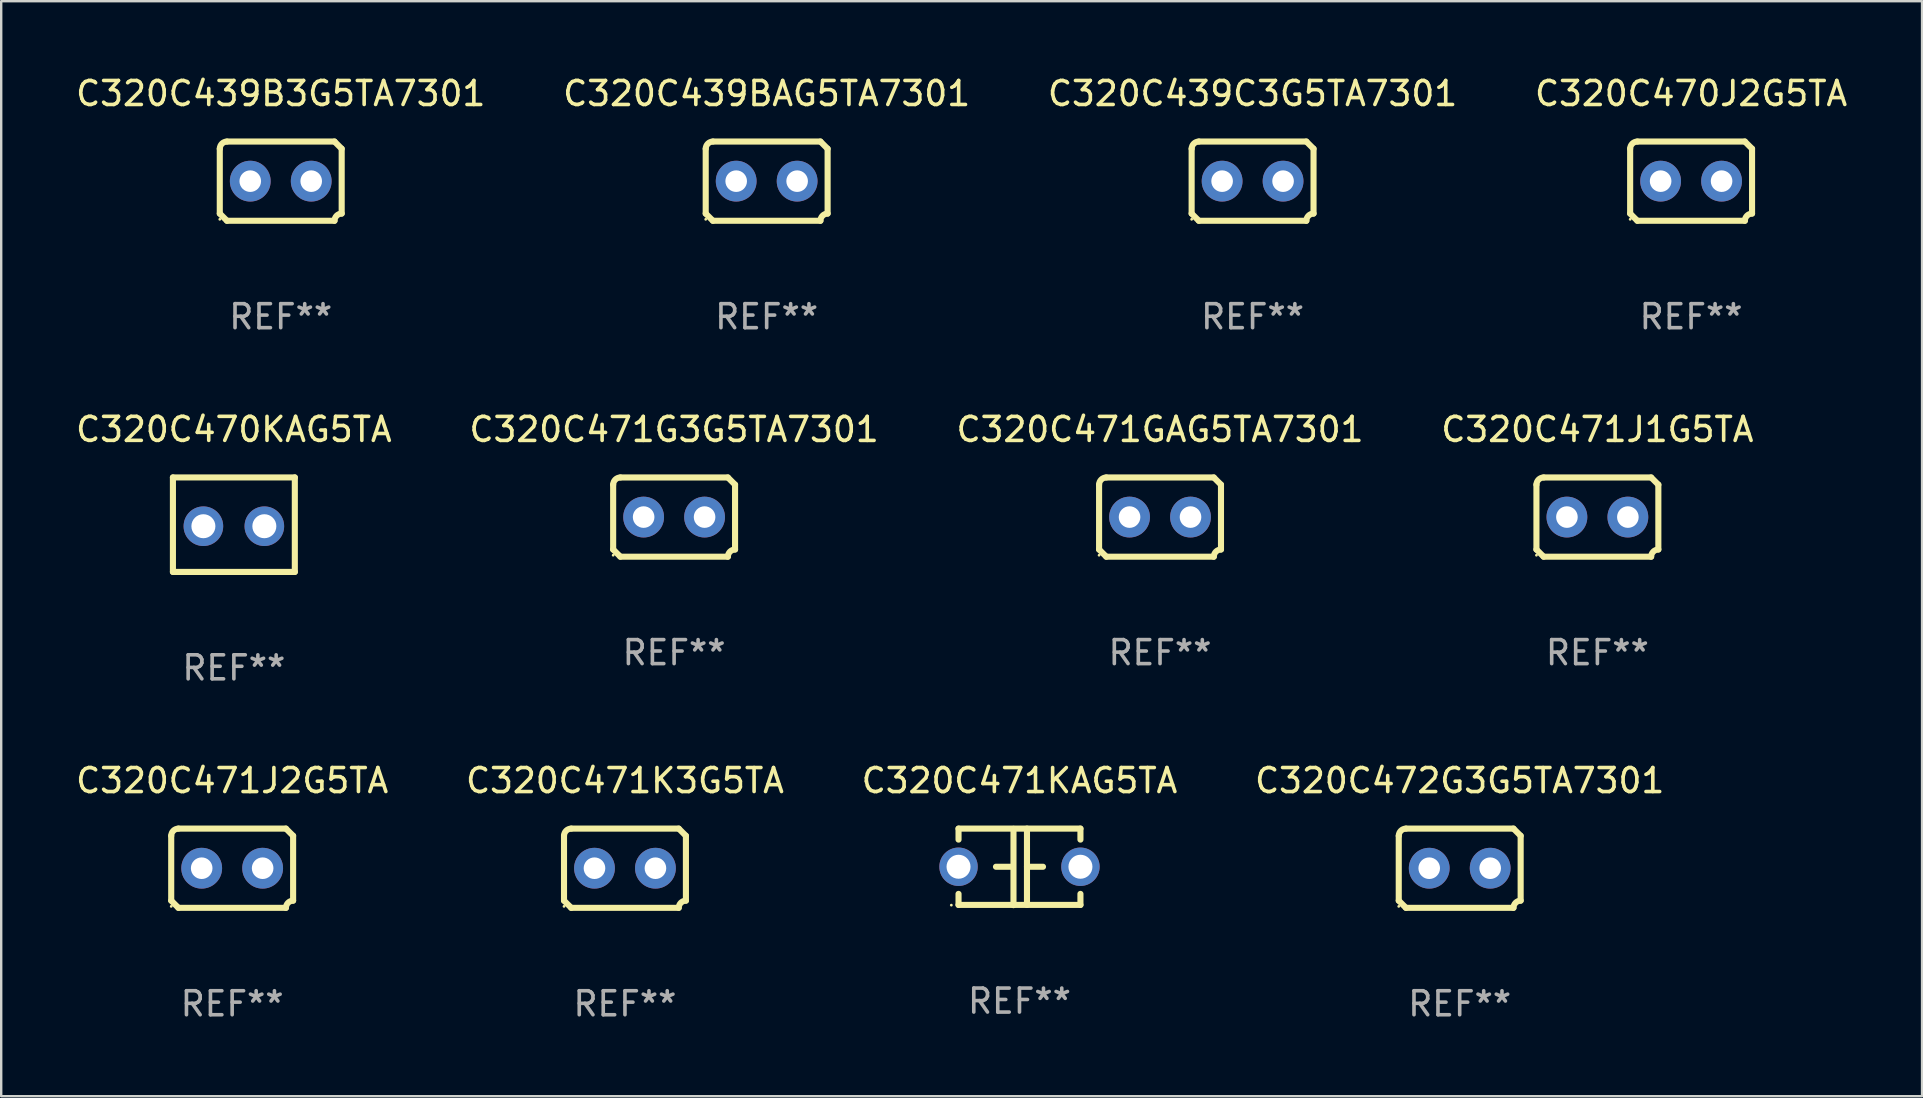
<source format=kicad_pcb>
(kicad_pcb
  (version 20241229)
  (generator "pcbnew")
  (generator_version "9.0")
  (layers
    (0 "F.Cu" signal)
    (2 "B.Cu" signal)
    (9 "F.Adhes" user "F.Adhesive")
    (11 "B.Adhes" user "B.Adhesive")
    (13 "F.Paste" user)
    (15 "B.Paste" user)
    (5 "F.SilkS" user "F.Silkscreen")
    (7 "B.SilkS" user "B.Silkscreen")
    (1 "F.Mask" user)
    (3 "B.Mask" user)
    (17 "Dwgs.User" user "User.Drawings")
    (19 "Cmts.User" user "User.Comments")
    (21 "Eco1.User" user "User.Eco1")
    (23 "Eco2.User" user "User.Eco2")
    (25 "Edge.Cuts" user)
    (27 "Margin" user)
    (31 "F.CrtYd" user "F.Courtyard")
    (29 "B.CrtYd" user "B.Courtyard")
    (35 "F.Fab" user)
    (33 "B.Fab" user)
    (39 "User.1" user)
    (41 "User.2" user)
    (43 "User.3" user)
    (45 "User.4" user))
  (footprint "C320C472G3G5TA7301"
    (layer "F.Cu")
    (at 57.78 33.131)
    (property "Reference" "C320C472G3G5TA7301" (at 0 -3.651 0) (layer "F.SilkS") (effects (font (size 1 1) (thickness 0.15))))
    (attr through_hole)
    (fp_line (start -2.54 -1.351) (end -2.54 1.351) (stroke (width 0.254) (type solid)) (layer "F.SilkS"))
    (fp_line (start -2.24 -1.651) (end 2.24 -1.651) (stroke (width 0.254) (type solid)) (layer "F.SilkS"))
    (fp_line (start 2.24 1.651) (end -2.24 1.651) (stroke (width 0.254) (type solid)) (layer "F.SilkS"))
    (fp_line (start 2.54 1.351) (end 2.54 -1.351) (stroke (width 0.254) (type solid)) (layer "F.SilkS"))
    (fp_arc (start -2.540005 -1.351283) (mid -2.450115 -1.561309) (end -2.240005 -1.651003) (stroke (width 0.254001) (type solid)) (layer "F.SilkS"))
    (fp_arc (start -2.240287 1.651001) (mid -2.390163 1.501019) (end -2.540005 1.351003) (stroke (width 0.254001) (type solid)) (layer "F.SilkS"))
    (fp_arc (start 2.240005 1.651003) (mid 2.329934 1.441015) (end 2.540005 1.351282) (stroke (width 0.254001) (type solid)) (layer "F.SilkS"))
    (fp_arc (start 2.540005 -1.351003) (mid 2.389393 -1.500252) (end 2.240284 -1.651003) (stroke (width 0.254001) (type solid)) (layer "F.SilkS"))
    (fp_circle (center -2.54 1.59) (end -2.51 1.59) (stroke (width 0.06) (type solid)) (fill no) (layer "F.SilkS"))
    (fp_text user "REF**" (at 0 5.651 0) (layer "F.Fab") (effects (font (size 1 1) (thickness 0.15))))
    (pad "1" thru_hole circle (at -1.27 0) (size 1.7 1.7) (drill 0.9) (layers "*.Cu" "*.Mask"))
    (pad "2" thru_hole circle (at 1.27 0) (size 1.7 1.7) (drill 0.9) (layers "*.Cu" "*.Mask")))
  (footprint "C320C471J2G5TA"
    (layer "F.Cu")
    (at 6.625 33.131)
    (property "Reference" "C320C471J2G5TA" (at 0 -3.651 0) (layer "F.SilkS") (effects (font (size 1 1) (thickness 0.15))))
    (attr through_hole)
    (fp_line (start -2.54 -1.351) (end -2.54 1.351) (stroke (width 0.254) (type solid)) (layer "F.SilkS"))
    (fp_line (start -2.24 -1.651) (end 2.24 -1.651) (stroke (width 0.254) (type solid)) (layer "F.SilkS"))
    (fp_line (start 2.24 1.651) (end -2.24 1.651) (stroke (width 0.254) (type solid)) (layer "F.SilkS"))
    (fp_line (start 2.54 1.351) (end 2.54 -1.351) (stroke (width 0.254) (type solid)) (layer "F.SilkS"))
    (fp_arc (start -2.540005 -1.351283) (mid -2.450115 -1.561309) (end -2.240005 -1.651003) (stroke (width 0.254001) (type solid)) (layer "F.SilkS"))
    (fp_arc (start -2.240287 1.651001) (mid -2.390163 1.501019) (end -2.540005 1.351003) (stroke (width 0.254001) (type solid)) (layer "F.SilkS"))
    (fp_arc (start 2.240005 1.651003) (mid 2.329934 1.441015) (end 2.540005 1.351282) (stroke (width 0.254001) (type solid)) (layer "F.SilkS"))
    (fp_arc (start 2.540005 -1.351003) (mid 2.389393 -1.500252) (end 2.240284 -1.651003) (stroke (width 0.254001) (type solid)) (layer "F.SilkS"))
    (fp_circle (center -2.54 1.59) (end -2.51 1.59) (stroke (width 0.06) (type solid)) (fill no) (layer "F.SilkS"))
    (fp_text user "REF**" (at 0 5.651 0) (layer "F.Fab") (effects (font (size 1 1) (thickness 0.15))))
    (pad "1" thru_hole circle (at -1.27 0) (size 1.7 1.7) (drill 0.9) (layers "*.Cu" "*.Mask"))
    (pad "2" thru_hole circle (at 1.27 0) (size 1.7 1.7) (drill 0.9) (layers "*.Cu" "*.Mask")))
  (footprint "C320C471J1G5TA"
    (layer "F.Cu")
    (at 63.518 18.498)
    (property "Reference" "C320C471J1G5TA" (at 0 -3.651 0) (layer "F.SilkS") (effects (font (size 1 1) (thickness 0.15))))
    (attr through_hole)
    (fp_line (start -2.54 -1.351) (end -2.54 1.351) (stroke (width 0.254) (type solid)) (layer "F.SilkS"))
    (fp_line (start -2.24 -1.651) (end 2.24 -1.651) (stroke (width 0.254) (type solid)) (layer "F.SilkS"))
    (fp_line (start 2.24 1.651) (end -2.24 1.651) (stroke (width 0.254) (type solid)) (layer "F.SilkS"))
    (fp_line (start 2.54 1.351) (end 2.54 -1.351) (stroke (width 0.254) (type solid)) (layer "F.SilkS"))
    (fp_arc (start -2.540005 -1.351283) (mid -2.450115 -1.561309) (end -2.240005 -1.651003) (stroke (width 0.254001) (type solid)) (layer "F.SilkS"))
    (fp_arc (start -2.240287 1.651001) (mid -2.390163 1.501019) (end -2.540005 1.351003) (stroke (width 0.254001) (type solid)) (layer "F.SilkS"))
    (fp_arc (start 2.240005 1.651003) (mid 2.329934 1.441015) (end 2.540005 1.351282) (stroke (width 0.254001) (type solid)) (layer "F.SilkS"))
    (fp_arc (start 2.540005 -1.351003) (mid 2.389393 -1.500252) (end 2.240284 -1.651003) (stroke (width 0.254001) (type solid)) (layer "F.SilkS"))
    (fp_circle (center -2.54 1.59) (end -2.51 1.59) (stroke (width 0.06) (type solid)) (fill no) (layer "F.SilkS"))
    (fp_text user "REF**" (at 0 5.651 0) (layer "F.Fab") (effects (font (size 1 1) (thickness 0.15))))
    (pad "1" thru_hole circle (at -1.27 0) (size 1.7 1.7) (drill 0.9) (layers "*.Cu" "*.Mask"))
    (pad "2" thru_hole circle (at 1.27 0) (size 1.7 1.7) (drill 0.9) (layers "*.Cu" "*.Mask")))
  (footprint "C320C439B3G5TA7301"
    (layer "F.Cu")
    (at 8.649 4.499)
    (property "Reference" "C320C439B3G5TA7301" (at 0 -3.651 0) (layer "F.SilkS") (effects (font (size 1 1) (thickness 0.15))))
    (attr through_hole)
    (fp_line (start -2.54 -1.351) (end -2.54 1.351) (stroke (width 0.254) (type solid)) (layer "F.SilkS"))
    (fp_line (start -2.24 -1.651) (end 2.24 -1.651) (stroke (width 0.254) (type solid)) (layer "F.SilkS"))
    (fp_line (start 2.24 1.651) (end -2.24 1.651) (stroke (width 0.254) (type solid)) (layer "F.SilkS"))
    (fp_line (start 2.54 1.351) (end 2.54 -1.351) (stroke (width 0.254) (type solid)) (layer "F.SilkS"))
    (fp_arc (start -2.540005 -1.351283) (mid -2.450115 -1.561309) (end -2.240005 -1.651003) (stroke (width 0.254001) (type solid)) (layer "F.SilkS"))
    (fp_arc (start -2.240287 1.651001) (mid -2.390163 1.501019) (end -2.540005 1.351003) (stroke (width 0.254001) (type solid)) (layer "F.SilkS"))
    (fp_arc (start 2.240005 1.651003) (mid 2.329934 1.441015) (end 2.540005 1.351282) (stroke (width 0.254001) (type solid)) (layer "F.SilkS"))
    (fp_arc (start 2.540005 -1.351003) (mid 2.389393 -1.500252) (end 2.240284 -1.651003) (stroke (width 0.254001) (type solid)) (layer "F.SilkS"))
    (fp_circle (center -2.54 1.59) (end -2.51 1.59) (stroke (width 0.06) (type solid)) (fill no) (layer "F.SilkS"))
    (fp_text user "REF**" (at 0 5.651 0) (layer "F.Fab") (effects (font (size 1 1) (thickness 0.15))))
    (pad "1" thru_hole circle (at -1.27 0) (size 1.7 1.7) (drill 0.9) (layers "*.Cu" "*.Mask"))
    (pad "2" thru_hole circle (at 1.27 0) (size 1.7 1.7) (drill 0.9) (layers "*.Cu" "*.Mask")))
  (footprint "C320C471K3G5TA"
    (layer "F.Cu")
    (at 22.994 33.131)
    (property "Reference" "C320C471K3G5TA" (at 0 -3.651 0) (layer "F.SilkS") (effects (font (size 1 1) (thickness 0.15))))
    (attr through_hole)
    (fp_line (start -2.54 -1.351) (end -2.54 1.351) (stroke (width 0.254) (type solid)) (layer "F.SilkS"))
    (fp_line (start -2.24 -1.651) (end 2.24 -1.651) (stroke (width 0.254) (type solid)) (layer "F.SilkS"))
    (fp_line (start 2.24 1.651) (end -2.24 1.651) (stroke (width 0.254) (type solid)) (layer "F.SilkS"))
    (fp_line (start 2.54 1.351) (end 2.54 -1.351) (stroke (width 0.254) (type solid)) (layer "F.SilkS"))
    (fp_arc (start -2.540005 -1.351283) (mid -2.450115 -1.561309) (end -2.240005 -1.651003) (stroke (width 0.254001) (type solid)) (layer "F.SilkS"))
    (fp_arc (start -2.240287 1.651001) (mid -2.390163 1.501019) (end -2.540005 1.351003) (stroke (width 0.254001) (type solid)) (layer "F.SilkS"))
    (fp_arc (start 2.240005 1.651003) (mid 2.329934 1.441015) (end 2.540005 1.351282) (stroke (width 0.254001) (type solid)) (layer "F.SilkS"))
    (fp_arc (start 2.540005 -1.351003) (mid 2.389393 -1.500252) (end 2.240284 -1.651003) (stroke (width 0.254001) (type solid)) (layer "F.SilkS"))
    (fp_circle (center -2.54 1.59) (end -2.51 1.59) (stroke (width 0.06) (type solid)) (fill no) (layer "F.SilkS"))
    (fp_text user "REF**" (at 0 5.651 0) (layer "F.Fab") (effects (font (size 1 1) (thickness 0.15))))
    (pad "1" thru_hole circle (at -1.27 0) (size 1.7 1.7) (drill 0.9) (layers "*.Cu" "*.Mask"))
    (pad "2" thru_hole circle (at 1.27 0) (size 1.7 1.7) (drill 0.9) (layers "*.Cu" "*.Mask")))
  (footprint "C320C439C3G5TA7301"
    (layer "F.Cu")
    (at 49.149 4.499)
    (property "Reference" "C320C439C3G5TA7301" (at 0 -3.651 0) (layer "F.SilkS") (effects (font (size 1 1) (thickness 0.15))))
    (attr through_hole)
    (fp_line (start -2.54 -1.351) (end -2.54 1.351) (stroke (width 0.254) (type solid)) (layer "F.SilkS"))
    (fp_line (start -2.24 -1.651) (end 2.24 -1.651) (stroke (width 0.254) (type solid)) (layer "F.SilkS"))
    (fp_line (start 2.24 1.651) (end -2.24 1.651) (stroke (width 0.254) (type solid)) (layer "F.SilkS"))
    (fp_line (start 2.54 1.351) (end 2.54 -1.351) (stroke (width 0.254) (type solid)) (layer "F.SilkS"))
    (fp_arc (start -2.540005 -1.351283) (mid -2.450115 -1.561309) (end -2.240005 -1.651003) (stroke (width 0.254001) (type solid)) (layer "F.SilkS"))
    (fp_arc (start -2.240287 1.651001) (mid -2.390163 1.501019) (end -2.540005 1.351003) (stroke (width 0.254001) (type solid)) (layer "F.SilkS"))
    (fp_arc (start 2.240005 1.651003) (mid 2.329934 1.441015) (end 2.540005 1.351282) (stroke (width 0.254001) (type solid)) (layer "F.SilkS"))
    (fp_arc (start 2.540005 -1.351003) (mid 2.389393 -1.500252) (end 2.240284 -1.651003) (stroke (width 0.254001) (type solid)) (layer "F.SilkS"))
    (fp_circle (center -2.54 1.59) (end -2.51 1.59) (stroke (width 0.06) (type solid)) (fill no) (layer "F.SilkS"))
    (fp_text user "REF**" (at 0 5.651 0) (layer "F.Fab") (effects (font (size 1 1) (thickness 0.15))))
    (pad "1" thru_hole circle (at -1.27 0) (size 1.7 1.7) (drill 0.9) (layers "*.Cu" "*.Mask"))
    (pad "2" thru_hole circle (at 1.27 0) (size 1.7 1.7) (drill 0.9) (layers "*.Cu" "*.Mask")))
  (footprint "C320C471G3G5TA7301"
    (layer "F.Cu")
    (at 25.042 18.498)
    (property "Reference" "C320C471G3G5TA7301" (at 0 -3.651 0) (layer "F.SilkS") (effects (font (size 1 1) (thickness 0.15))))
    (attr through_hole)
    (fp_line (start -2.54 -1.351) (end -2.54 1.351) (stroke (width 0.254) (type solid)) (layer "F.SilkS"))
    (fp_line (start -2.24 -1.651) (end 2.24 -1.651) (stroke (width 0.254) (type solid)) (layer "F.SilkS"))
    (fp_line (start 2.24 1.651) (end -2.24 1.651) (stroke (width 0.254) (type solid)) (layer "F.SilkS"))
    (fp_line (start 2.54 1.351) (end 2.54 -1.351) (stroke (width 0.254) (type solid)) (layer "F.SilkS"))
    (fp_arc (start -2.540005 -1.351283) (mid -2.450115 -1.561309) (end -2.240005 -1.651003) (stroke (width 0.254001) (type solid)) (layer "F.SilkS"))
    (fp_arc (start -2.240287 1.651001) (mid -2.390163 1.501019) (end -2.540005 1.351003) (stroke (width 0.254001) (type solid)) (layer "F.SilkS"))
    (fp_arc (start 2.240005 1.651003) (mid 2.329934 1.441015) (end 2.540005 1.351282) (stroke (width 0.254001) (type solid)) (layer "F.SilkS"))
    (fp_arc (start 2.540005 -1.351003) (mid 2.389393 -1.500252) (end 2.240284 -1.651003) (stroke (width 0.254001) (type solid)) (layer "F.SilkS"))
    (fp_circle (center -2.54 1.59) (end -2.51 1.59) (stroke (width 0.06) (type solid)) (fill no) (layer "F.SilkS"))
    (fp_text user "REF**" (at 0 5.651 0) (layer "F.Fab") (effects (font (size 1 1) (thickness 0.15))))
    (pad "1" thru_hole circle (at -1.27 0) (size 1.7 1.7) (drill 0.9) (layers "*.Cu" "*.Mask"))
    (pad "2" thru_hole circle (at 1.27 0) (size 1.7 1.7) (drill 0.9) (layers "*.Cu" "*.Mask")))
  (footprint "C320C439BAG5TA7301"
    (layer "F.Cu")
    (at 28.899 4.499)
    (property "Reference" "C320C439BAG5TA7301" (at 0 -3.651 0) (layer "F.SilkS") (effects (font (size 1 1) (thickness 0.15))))
    (attr through_hole)
    (fp_line (start -2.54 -1.351) (end -2.54 1.351) (stroke (width 0.254) (type solid)) (layer "F.SilkS"))
    (fp_line (start -2.24 -1.651) (end 2.24 -1.651) (stroke (width 0.254) (type solid)) (layer "F.SilkS"))
    (fp_line (start 2.24 1.651) (end -2.24 1.651) (stroke (width 0.254) (type solid)) (layer "F.SilkS"))
    (fp_line (start 2.54 1.351) (end 2.54 -1.351) (stroke (width 0.254) (type solid)) (layer "F.SilkS"))
    (fp_arc (start -2.540005 -1.351283) (mid -2.450115 -1.561309) (end -2.240005 -1.651003) (stroke (width 0.254001) (type solid)) (layer "F.SilkS"))
    (fp_arc (start -2.240287 1.651001) (mid -2.390163 1.501019) (end -2.540005 1.351003) (stroke (width 0.254001) (type solid)) (layer "F.SilkS"))
    (fp_arc (start 2.240005 1.651003) (mid 2.329934 1.441015) (end 2.540005 1.351282) (stroke (width 0.254001) (type solid)) (layer "F.SilkS"))
    (fp_arc (start 2.540005 -1.351003) (mid 2.389393 -1.500252) (end 2.240284 -1.651003) (stroke (width 0.254001) (type solid)) (layer "F.SilkS"))
    (fp_circle (center -2.54 1.59) (end -2.51 1.59) (stroke (width 0.06) (type solid)) (fill no) (layer "F.SilkS"))
    (fp_text user "REF**" (at 0 5.651 0) (layer "F.Fab") (effects (font (size 1 1) (thickness 0.15))))
    (pad "1" thru_hole circle (at -1.27 0) (size 1.7 1.7) (drill 0.9) (layers "*.Cu" "*.Mask"))
    (pad "2" thru_hole circle (at 1.27 0) (size 1.7 1.7) (drill 0.9) (layers "*.Cu" "*.Mask")))
  (footprint "C320C470J2G5TA"
    (layer "F.Cu")
    (at 67.423 4.499)
    (property "Reference" "C320C470J2G5TA" (at 0 -3.651 0) (layer "F.SilkS") (effects (font (size 1 1) (thickness 0.15))))
    (attr through_hole)
    (fp_line (start -2.54 -1.351) (end -2.54 1.351) (stroke (width 0.254) (type solid)) (layer "F.SilkS"))
    (fp_line (start -2.24 -1.651) (end 2.24 -1.651) (stroke (width 0.254) (type solid)) (layer "F.SilkS"))
    (fp_line (start 2.24 1.651) (end -2.24 1.651) (stroke (width 0.254) (type solid)) (layer "F.SilkS"))
    (fp_line (start 2.54 1.351) (end 2.54 -1.351) (stroke (width 0.254) (type solid)) (layer "F.SilkS"))
    (fp_arc (start -2.540005 -1.351283) (mid -2.450115 -1.561309) (end -2.240005 -1.651003) (stroke (width 0.254001) (type solid)) (layer "F.SilkS"))
    (fp_arc (start -2.240287 1.651001) (mid -2.390163 1.501019) (end -2.540005 1.351003) (stroke (width 0.254001) (type solid)) (layer "F.SilkS"))
    (fp_arc (start 2.240005 1.651003) (mid 2.329934 1.441015) (end 2.540005 1.351282) (stroke (width 0.254001) (type solid)) (layer "F.SilkS"))
    (fp_arc (start 2.540005 -1.351003) (mid 2.389393 -1.500252) (end 2.240284 -1.651003) (stroke (width 0.254001) (type solid)) (layer "F.SilkS"))
    (fp_circle (center -2.54 1.59) (end -2.51 1.59) (stroke (width 0.06) (type solid)) (fill no) (layer "F.SilkS"))
    (fp_text user "REF**" (at 0 5.651 0) (layer "F.Fab") (effects (font (size 1 1) (thickness 0.15))))
    (pad "1" thru_hole circle (at -1.27 0) (size 1.7 1.7) (drill 0.9) (layers "*.Cu" "*.Mask"))
    (pad "2" thru_hole circle (at 1.27 0) (size 1.7 1.7) (drill 0.9) (layers "*.Cu" "*.Mask")))
  (footprint "C320C471GAG5TA7301"
    (layer "F.Cu")
    (at 45.292 18.498)
    (property "Reference" "C320C471GAG5TA7301" (at 0 -3.651 0) (layer "F.SilkS") (effects (font (size 1 1) (thickness 0.15))))
    (attr through_hole)
    (fp_line (start -2.54 -1.351) (end -2.54 1.351) (stroke (width 0.254) (type solid)) (layer "F.SilkS"))
    (fp_line (start -2.24 -1.651) (end 2.24 -1.651) (stroke (width 0.254) (type solid)) (layer "F.SilkS"))
    (fp_line (start 2.24 1.651) (end -2.24 1.651) (stroke (width 0.254) (type solid)) (layer "F.SilkS"))
    (fp_line (start 2.54 1.351) (end 2.54 -1.351) (stroke (width 0.254) (type solid)) (layer "F.SilkS"))
    (fp_arc (start -2.540005 -1.351283) (mid -2.450115 -1.561309) (end -2.240005 -1.651003) (stroke (width 0.254001) (type solid)) (layer "F.SilkS"))
    (fp_arc (start -2.240287 1.651001) (mid -2.390163 1.501019) (end -2.540005 1.351003) (stroke (width 0.254001) (type solid)) (layer "F.SilkS"))
    (fp_arc (start 2.240005 1.651003) (mid 2.329934 1.441015) (end 2.540005 1.351282) (stroke (width 0.254001) (type solid)) (layer "F.SilkS"))
    (fp_arc (start 2.540005 -1.351003) (mid 2.389393 -1.500252) (end 2.240284 -1.651003) (stroke (width 0.254001) (type solid)) (layer "F.SilkS"))
    (fp_circle (center -2.54 1.59) (end -2.51 1.59) (stroke (width 0.06) (type solid)) (fill no) (layer "F.SilkS"))
    (fp_text user "REF**" (at 0 5.651 0) (layer "F.Fab") (effects (font (size 1 1) (thickness 0.15))))
    (pad "1" thru_hole circle (at -1.27 0) (size 1.7 1.7) (drill 0.9) (layers "*.Cu" "*.Mask"))
    (pad "2" thru_hole circle (at 1.27 0) (size 1.7 1.7) (drill 0.9) (layers "*.Cu" "*.Mask")))
  (footprint "C320C471KAG5TA"
    (layer "F.Cu")
    (at 39.435 33.075)
    (property "Reference" "C320C471KAG5TA" (at 0 -3.595 0) (layer "F.SilkS") (effects (font (size 1 1) (thickness 0.15))))
    (attr through_hole)
    (fp_line (start -2.54 -1.595) (end -2.54 -1.136) (stroke (width 0.254) (type solid)) (layer "F.SilkS"))
    (fp_line (start -2.54 -1.595) (end 2.54 -1.595) (stroke (width 0.254) (type solid)) (layer "F.SilkS"))
    (fp_line (start -2.54 1.126) (end -2.54 1.585) (stroke (width 0.254) (type solid)) (layer "F.SilkS"))
    (fp_line (start -0.312 -0.005) (end -0.98 -0.005) (stroke (width 0.254) (type solid)) (layer "F.SilkS"))
    (fp_line (start -0.25 -1.585) (end -0.25 1.595) (stroke (width 0.254) (type solid)) (layer "F.SilkS"))
    (fp_line (start 0.312 -1.595) (end 0.312 1.585) (stroke (width 0.254) (type solid)) (layer "F.SilkS"))
    (fp_line (start 0.312 -0.005) (end 0.98 -0.005) (stroke (width 0.254) (type solid)) (layer "F.SilkS"))
    (fp_line (start 2.54 -1.595) (end 2.54 -1.136) (stroke (width 0.254) (type solid)) (layer "F.SilkS"))
    (fp_line (start 2.54 1.126) (end 2.54 1.585) (stroke (width 0.254) (type solid)) (layer "F.SilkS"))
    (fp_line (start 2.54 1.585) (end -2.54 1.585) (stroke (width 0.254) (type solid)) (layer "F.SilkS"))
    (fp_circle (center -2.84 1.595) (end -2.81 1.595) (stroke (width 0.06) (type solid)) (fill no) (layer "F.SilkS"))
    (fp_text user "REF**" (at 0 5.595 0) (layer "F.Fab") (effects (font (size 1 1) (thickness 0.15))))
    (pad "1" thru_hole circle (at -2.54 -0.005) (size 1.6 1.6) (drill 1) (layers "*.Cu" "*.Mask"))
    (pad "2" thru_hole circle (at 2.54 -0.005) (size 1.6 1.6) (drill 1) (layers "*.Cu" "*.Mask")))
  (footprint "C320C470KAG5TA"
    (layer "F.Cu")
    (at 6.696 18.815)
    (property "Reference" "C320C470KAG5TA" (at 0 -3.969 0) (layer "F.SilkS") (effects (font (size 1 1) (thickness 0.15))))
    (attr through_hole)
    (fp_line (start -2.54 -1.969) (end -2.54 1.969) (stroke (width 0.254) (type solid)) (layer "F.SilkS"))
    (fp_line (start -2.54 1.969) (end 2.54 1.969) (stroke (width 0.254) (type solid)) (layer "F.SilkS"))
    (fp_line (start 2.54 -1.969) (end -2.54 -1.969) (stroke (width 0.254) (type solid)) (layer "F.SilkS"))
    (fp_line (start 2.54 1.969) (end 2.54 -1.969) (stroke (width 0.254) (type solid)) (layer "F.SilkS"))
    (fp_circle (center -2.55 1.963) (end -2.52 1.963) (stroke (width 0.06) (type solid)) (fill no) (layer "F.SilkS"))
    (fp_text user "REF**" (at 0 5.969 0) (layer "F.Fab") (effects (font (size 1 1) (thickness 0.15))))
    (pad "1" thru_hole circle (at -1.27 0.064) (size 1.65 1.65) (drill 1) (layers "*.Cu" "*.Mask"))
    (pad "2" thru_hole circle (at 1.27 0.064) (size 1.65 1.65) (drill 1) (layers "*.Cu" "*.Mask")))
  (gr_rect
    (start -3 -3)
    (end 77.048 42.631)
    (stroke (width 0.1) (type default))
    (fill no)
    (layer "Edge.Cuts")))
</source>
